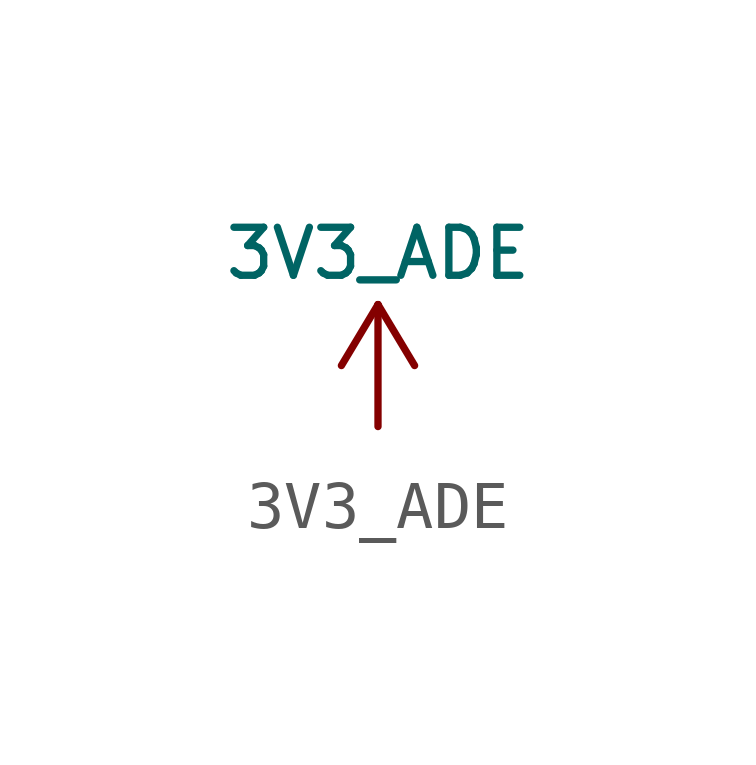
<source format=kicad_sym>
(kicad_symbol_lib
  (version 20241209)
  (generator "kicad_symbol_editor")
  (generator_version "9.0")
  (symbol "3V3_ADE"
    (power)
    (pin_names
      (offset 0))
    (property "Reference" "#PWR?"
      (at 0 -3.81 0)
      (effects (font (size 1.27 1.27)) (hide yes)))
    (property "Value" "3V3_ADE"
      (at 0 3.605 0)
      (effects (font (size 1 1))))
    (symbol "3V3_ADE_0_1"
      (polyline (pts (xy -0.762 1.27) (xy 0 2.54)) (stroke (width 0) (type default)) (fill (type none)))
      (polyline (pts (xy 0 2.54) (xy 0.762 1.27)) (stroke (width 0) (type default)) (fill (type none)))
      (polyline (pts (xy 0 0) (xy 0 2.54)) (stroke (width 0) (type default)) (fill (type none))))
    (symbol "3V3_ADE_1_1"
      (pin power_in line (at 0 0 90) (length 0) (hide yes) (name "3V3_ADE" (effects (font (size 1.27 1.27)))) (number "1" (effects (font (size 1.27 1.27))))))))
</source>
